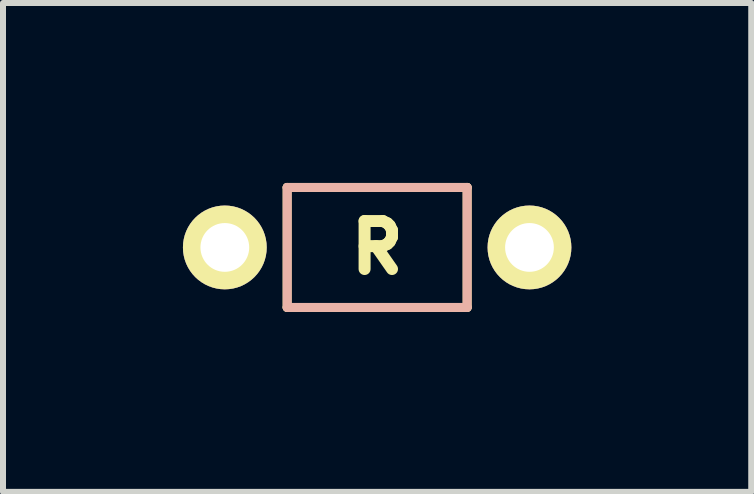
<source format=kicad_pcb>
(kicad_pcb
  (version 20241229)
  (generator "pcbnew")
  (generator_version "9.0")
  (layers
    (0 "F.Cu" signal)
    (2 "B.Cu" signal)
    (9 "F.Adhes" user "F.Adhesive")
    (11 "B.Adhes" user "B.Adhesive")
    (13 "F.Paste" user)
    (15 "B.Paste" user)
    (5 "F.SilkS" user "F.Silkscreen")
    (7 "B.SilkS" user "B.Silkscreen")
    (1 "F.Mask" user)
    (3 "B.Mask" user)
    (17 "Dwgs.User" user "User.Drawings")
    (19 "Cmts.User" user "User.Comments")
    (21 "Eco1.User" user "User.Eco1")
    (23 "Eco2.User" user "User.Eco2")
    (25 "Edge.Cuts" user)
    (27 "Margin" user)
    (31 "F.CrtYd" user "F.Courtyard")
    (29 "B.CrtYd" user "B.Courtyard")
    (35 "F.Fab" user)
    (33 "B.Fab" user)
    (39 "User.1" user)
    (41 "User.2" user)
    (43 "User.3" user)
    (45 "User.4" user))
  (footprint "R"
    (layer "F.Cu")
    (at 3.239 1.076)
    (property "Reference" "R" (at 0 0 0) (layer "F.SilkS") (effects (font (size 0.8 0.8) (thickness 0.2))))
    (attr through_hole)
    (fp_line (start -1.501 -1.001) (end -1.501 1.001) (stroke (width 0.15) (type solid)) (layer "F.SilkS"))
    (fp_line (start -1.501 1.001) (end 1.501 1.001) (stroke (width 0.15) (type solid)) (layer "F.SilkS"))
    (fp_line (start 1.501 -1.001) (end -1.501 -1.001) (stroke (width 0.15) (type solid)) (layer "F.SilkS"))
    (fp_line (start 1.501 1.001) (end 1.501 -1.001) (stroke (width 0.15) (type solid)) (layer "F.SilkS"))
    (fp_line (start -1.5 -1) (end 1.5 -1) (stroke (width 0.15) (type solid)) (layer "B.SilkS"))
    (fp_line (start -1.5 1) (end -1.5 -1) (stroke (width 0.15) (type solid)) (layer "B.SilkS"))
    (fp_line (start 1.5 -1) (end 1.5 1) (stroke (width 0.15) (type solid)) (layer "B.SilkS"))
    (fp_line (start 1.5 1) (end -1.5 1) (stroke (width 0.15) (type solid)) (layer "B.SilkS"))
    (pad "1" thru_hole circle (at -2.54 0) (size 1.397 1.397) (drill 0.813) (layers "*.Cu" "*.Mask" "F.SilkS"))
    (pad "2" thru_hole circle (at 2.54 0) (size 1.397 1.397) (drill 0.813) (layers "*.Cu" "*.Mask" "F.SilkS")))
  (gr_rect
    (start -3 -3)
    (end 9.477 5.152)
    (stroke (width 0.1) (type default))
    (fill no)
    (layer "Edge.Cuts")))
</source>
